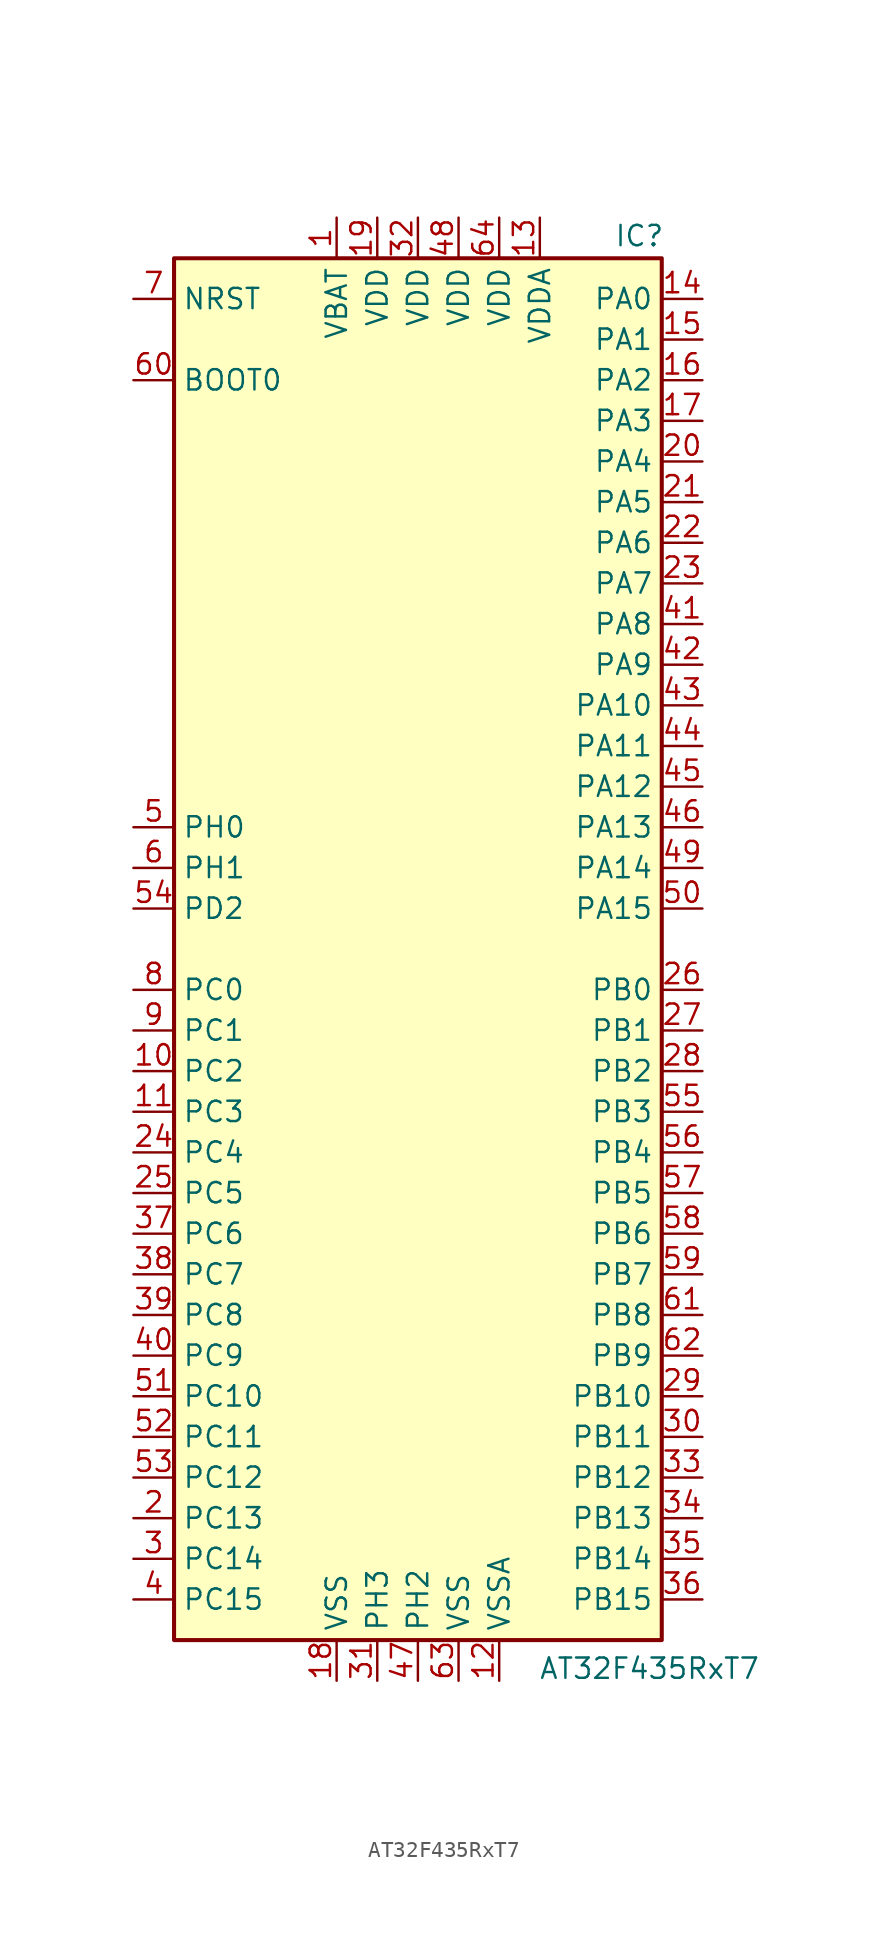
<source format=kicad_sym>
(kicad_symbol_lib
  (version 20231120)
  (generator "kicad_symbol_editor")
  (generator_version "8.0")
  (symbol "AT32F435RxT7"
    (property "Reference" "IC"
      (at 13.843 44.577 0)
      (effects (font (size 1.27 1.27))))
    (property "Value" "AT32F435RxT7"
      (at 14.478 -44.958 0)
      (effects (font (size 1.27 1.27))))
    (symbol "AT32F435RxT7_0_1"
      (rectangle (start -15.24 -43.18) (end 15.24 43.18) (stroke (width 0.254) (type default)) (fill (type background))))
    (symbol "AT32F435RxT7_1_1"
      (pin power_in line (at -5.08 45.72 270) (length 2.54) (name "VBAT" (effects (font (size 1.27 1.27)))) (number "1" (effects (font (size 1.27 1.27)))))
      (pin bidirectional line (at -17.78 -7.62 0) (length 2.54) (name "PC2" (effects (font (size 1.27 1.27)))) (number "10" (effects (font (size 1.27 1.27)))))
      (pin bidirectional line (at -17.78 -10.16 0) (length 2.54) (name "PC3" (effects (font (size 1.27 1.27)))) (number "11" (effects (font (size 1.27 1.27)))))
      (pin power_in line (at 5.08 -45.72 90) (length 2.54) (name "VSSA" (effects (font (size 1.27 1.27)))) (number "12" (effects (font (size 1.27 1.27)))))
      (pin power_in line (at 7.62 45.72 270) (length 2.54) (name "VDDA" (effects (font (size 1.27 1.27)))) (number "13" (effects (font (size 1.27 1.27)))))
      (pin bidirectional line (at 17.78 40.64 180) (length 2.54) (name "PA0" (effects (font (size 1.27 1.27)))) (number "14" (effects (font (size 1.27 1.27)))))
      (pin bidirectional line (at 17.78 38.1 180) (length 2.54) (name "PA1" (effects (font (size 1.27 1.27)))) (number "15" (effects (font (size 1.27 1.27)))))
      (pin bidirectional line (at 17.78 35.56 180) (length 2.54) (name "PA2" (effects (font (size 1.27 1.27)))) (number "16" (effects (font (size 1.27 1.27)))))
      (pin bidirectional line (at 17.78 33.02 180) (length 2.54) (name "PA3" (effects (font (size 1.27 1.27)))) (number "17" (effects (font (size 1.27 1.27)))))
      (pin power_in line (at -5.08 -45.72 90) (length 2.54) (name "VSS" (effects (font (size 1.27 1.27)))) (number "18" (effects (font (size 1.27 1.27)))))
      (pin power_in line (at -2.54 45.72 270) (length 2.54) (name "VDD" (effects (font (size 1.27 1.27)))) (number "19" (effects (font (size 1.27 1.27)))))
      (pin bidirectional line (at -17.78 -35.56 0) (length 2.54) (name "PC13" (effects (font (size 1.27 1.27)))) (number "2" (effects (font (size 1.27 1.27)))))
      (pin bidirectional line (at 17.78 30.48 180) (length 2.54) (name "PA4" (effects (font (size 1.27 1.27)))) (number "20" (effects (font (size 1.27 1.27)))))
      (pin bidirectional line (at 17.78 27.94 180) (length 2.54) (name "PA5" (effects (font (size 1.27 1.27)))) (number "21" (effects (font (size 1.27 1.27)))))
      (pin bidirectional line (at 17.78 25.4 180) (length 2.54) (name "PA6" (effects (font (size 1.27 1.27)))) (number "22" (effects (font (size 1.27 1.27)))))
      (pin bidirectional line (at 17.78 22.86 180) (length 2.54) (name "PA7" (effects (font (size 1.27 1.27)))) (number "23" (effects (font (size 1.27 1.27)))))
      (pin bidirectional line (at -17.78 -12.7 0) (length 2.54) (name "PC4" (effects (font (size 1.27 1.27)))) (number "24" (effects (font (size 1.27 1.27)))))
      (pin bidirectional line (at -17.78 -15.24 0) (length 2.54) (name "PC5" (effects (font (size 1.27 1.27)))) (number "25" (effects (font (size 1.27 1.27)))))
      (pin bidirectional line (at 17.78 -2.54 180) (length 2.54) (name "PB0" (effects (font (size 1.27 1.27)))) (number "26" (effects (font (size 1.27 1.27)))))
      (pin bidirectional line (at 17.78 -5.08 180) (length 2.54) (name "PB1" (effects (font (size 1.27 1.27)))) (number "27" (effects (font (size 1.27 1.27)))))
      (pin bidirectional line (at 17.78 -7.62 180) (length 2.54) (name "PB2" (effects (font (size 1.27 1.27)))) (number "28" (effects (font (size 1.27 1.27)))))
      (pin bidirectional line (at 17.78 -27.94 180) (length 2.54) (name "PB10" (effects (font (size 1.27 1.27)))) (number "29" (effects (font (size 1.27 1.27)))))
      (pin bidirectional line (at -17.78 -38.1 0) (length 2.54) (name "PC14" (effects (font (size 1.27 1.27)))) (number "3" (effects (font (size 1.27 1.27)))))
      (pin bidirectional line (at 17.78 -30.48 180) (length 2.54) (name "PB11" (effects (font (size 1.27 1.27)))) (number "30" (effects (font (size 1.27 1.27)))))
      (pin bidirectional line (at -2.54 -45.72 90) (length 2.54) (name "PH3" (effects (font (size 1.27 1.27)))) (number "31" (effects (font (size 1.27 1.27)))))
      (pin power_in line (at 0 45.72 270) (length 2.54) (name "VDD" (effects (font (size 1.27 1.27)))) (number "32" (effects (font (size 1.27 1.27)))))
      (pin bidirectional line (at 17.78 -33.02 180) (length 2.54) (name "PB12" (effects (font (size 1.27 1.27)))) (number "33" (effects (font (size 1.27 1.27)))))
      (pin bidirectional line (at 17.78 -35.56 180) (length 2.54) (name "PB13" (effects (font (size 1.27 1.27)))) (number "34" (effects (font (size 1.27 1.27)))))
      (pin bidirectional line (at 17.78 -38.1 180) (length 2.54) (name "PB14" (effects (font (size 1.27 1.27)))) (number "35" (effects (font (size 1.27 1.27)))))
      (pin bidirectional line (at 17.78 -40.64 180) (length 2.54) (name "PB15" (effects (font (size 1.27 1.27)))) (number "36" (effects (font (size 1.27 1.27)))))
      (pin bidirectional line (at -17.78 -17.78 0) (length 2.54) (name "PC6" (effects (font (size 1.27 1.27)))) (number "37" (effects (font (size 1.27 1.27)))))
      (pin bidirectional line (at -17.78 -20.32 0) (length 2.54) (name "PC7" (effects (font (size 1.27 1.27)))) (number "38" (effects (font (size 1.27 1.27)))))
      (pin bidirectional line (at -17.78 -22.86 0) (length 2.54) (name "PC8" (effects (font (size 1.27 1.27)))) (number "39" (effects (font (size 1.27 1.27)))))
      (pin bidirectional line (at -17.78 -40.64 0) (length 2.54) (name "PC15" (effects (font (size 1.27 1.27)))) (number "4" (effects (font (size 1.27 1.27)))))
      (pin bidirectional line (at -17.78 -25.4 0) (length 2.54) (name "PC9" (effects (font (size 1.27 1.27)))) (number "40" (effects (font (size 1.27 1.27)))))
      (pin bidirectional line (at 17.78 20.32 180) (length 2.54) (name "PA8" (effects (font (size 1.27 1.27)))) (number "41" (effects (font (size 1.27 1.27)))))
      (pin bidirectional line (at 17.78 17.78 180) (length 2.54) (name "PA9" (effects (font (size 1.27 1.27)))) (number "42" (effects (font (size 1.27 1.27)))))
      (pin bidirectional line (at 17.78 15.24 180) (length 2.54) (name "PA10" (effects (font (size 1.27 1.27)))) (number "43" (effects (font (size 1.27 1.27)))))
      (pin bidirectional line (at 17.78 12.7 180) (length 2.54) (name "PA11" (effects (font (size 1.27 1.27)))) (number "44" (effects (font (size 1.27 1.27)))))
      (pin bidirectional line (at 17.78 10.16 180) (length 2.54) (name "PA12" (effects (font (size 1.27 1.27)))) (number "45" (effects (font (size 1.27 1.27)))))
      (pin bidirectional line (at 17.78 7.62 180) (length 2.54) (name "PA13" (effects (font (size 1.27 1.27)))) (number "46" (effects (font (size 1.27 1.27)))))
      (pin bidirectional line (at 0 -45.72 90) (length 2.54) (name "PH2" (effects (font (size 1.27 1.27)))) (number "47" (effects (font (size 1.27 1.27)))))
      (pin power_in line (at 2.54 45.72 270) (length 2.54) (name "VDD" (effects (font (size 1.27 1.27)))) (number "48" (effects (font (size 1.27 1.27)))))
      (pin bidirectional line (at 17.78 5.08 180) (length 2.54) (name "PA14" (effects (font (size 1.27 1.27)))) (number "49" (effects (font (size 1.27 1.27)))))
      (pin input line (at -17.78 7.62 0) (length 2.54) (name "PH0" (effects (font (size 1.27 1.27)))) (number "5" (effects (font (size 1.27 1.27)))))
      (pin bidirectional line (at 17.78 2.54 180) (length 2.54) (name "PA15" (effects (font (size 1.27 1.27)))) (number "50" (effects (font (size 1.27 1.27)))))
      (pin bidirectional line (at -17.78 -27.94 0) (length 2.54) (name "PC10" (effects (font (size 1.27 1.27)))) (number "51" (effects (font (size 1.27 1.27)))))
      (pin bidirectional line (at -17.78 -30.48 0) (length 2.54) (name "PC11" (effects (font (size 1.27 1.27)))) (number "52" (effects (font (size 1.27 1.27)))))
      (pin bidirectional line (at -17.78 -33.02 0) (length 2.54) (name "PC12" (effects (font (size 1.27 1.27)))) (number "53" (effects (font (size 1.27 1.27)))))
      (pin bidirectional line (at -17.78 2.54 0) (length 2.54) (name "PD2" (effects (font (size 1.27 1.27)))) (number "54" (effects (font (size 1.27 1.27)))))
      (pin bidirectional line (at 17.78 -10.16 180) (length 2.54) (name "PB3" (effects (font (size 1.27 1.27)))) (number "55" (effects (font (size 1.27 1.27)))))
      (pin bidirectional line (at 17.78 -12.7 180) (length 2.54) (name "PB4" (effects (font (size 1.27 1.27)))) (number "56" (effects (font (size 1.27 1.27)))))
      (pin bidirectional line (at 17.78 -15.24 180) (length 2.54) (name "PB5" (effects (font (size 1.27 1.27)))) (number "57" (effects (font (size 1.27 1.27)))))
      (pin bidirectional line (at 17.78 -17.78 180) (length 2.54) (name "PB6" (effects (font (size 1.27 1.27)))) (number "58" (effects (font (size 1.27 1.27)))))
      (pin bidirectional line (at 17.78 -20.32 180) (length 2.54) (name "PB7" (effects (font (size 1.27 1.27)))) (number "59" (effects (font (size 1.27 1.27)))))
      (pin input line (at -17.78 5.08 0) (length 2.54) (name "PH1" (effects (font (size 1.27 1.27)))) (number "6" (effects (font (size 1.27 1.27)))))
      (pin input line (at -17.78 35.56 0) (length 2.54) (name "BOOT0" (effects (font (size 1.27 1.27)))) (number "60" (effects (font (size 1.27 1.27)))))
      (pin bidirectional line (at 17.78 -22.86 180) (length 2.54) (name "PB8" (effects (font (size 1.27 1.27)))) (number "61" (effects (font (size 1.27 1.27)))))
      (pin bidirectional line (at 17.78 -25.4 180) (length 2.54) (name "PB9" (effects (font (size 1.27 1.27)))) (number "62" (effects (font (size 1.27 1.27)))))
      (pin power_in line (at 2.54 -45.72 90) (length 2.54) (name "VSS" (effects (font (size 1.27 1.27)))) (number "63" (effects (font (size 1.27 1.27)))))
      (pin power_in line (at 5.08 45.72 270) (length 2.54) (name "VDD" (effects (font (size 1.27 1.27)))) (number "64" (effects (font (size 1.27 1.27)))))
      (pin input line (at -17.78 40.64 0) (length 2.54) (name "NRST" (effects (font (size 1.27 1.27)))) (number "7" (effects (font (size 1.27 1.27)))))
      (pin bidirectional line (at -17.78 -2.54 0) (length 2.54) (name "PC0" (effects (font (size 1.27 1.27)))) (number "8" (effects (font (size 1.27 1.27)))))
      (pin bidirectional line (at -17.78 -5.08 0) (length 2.54) (name "PC1" (effects (font (size 1.27 1.27)))) (number "9" (effects (font (size 1.27 1.27))))))))
</source>
